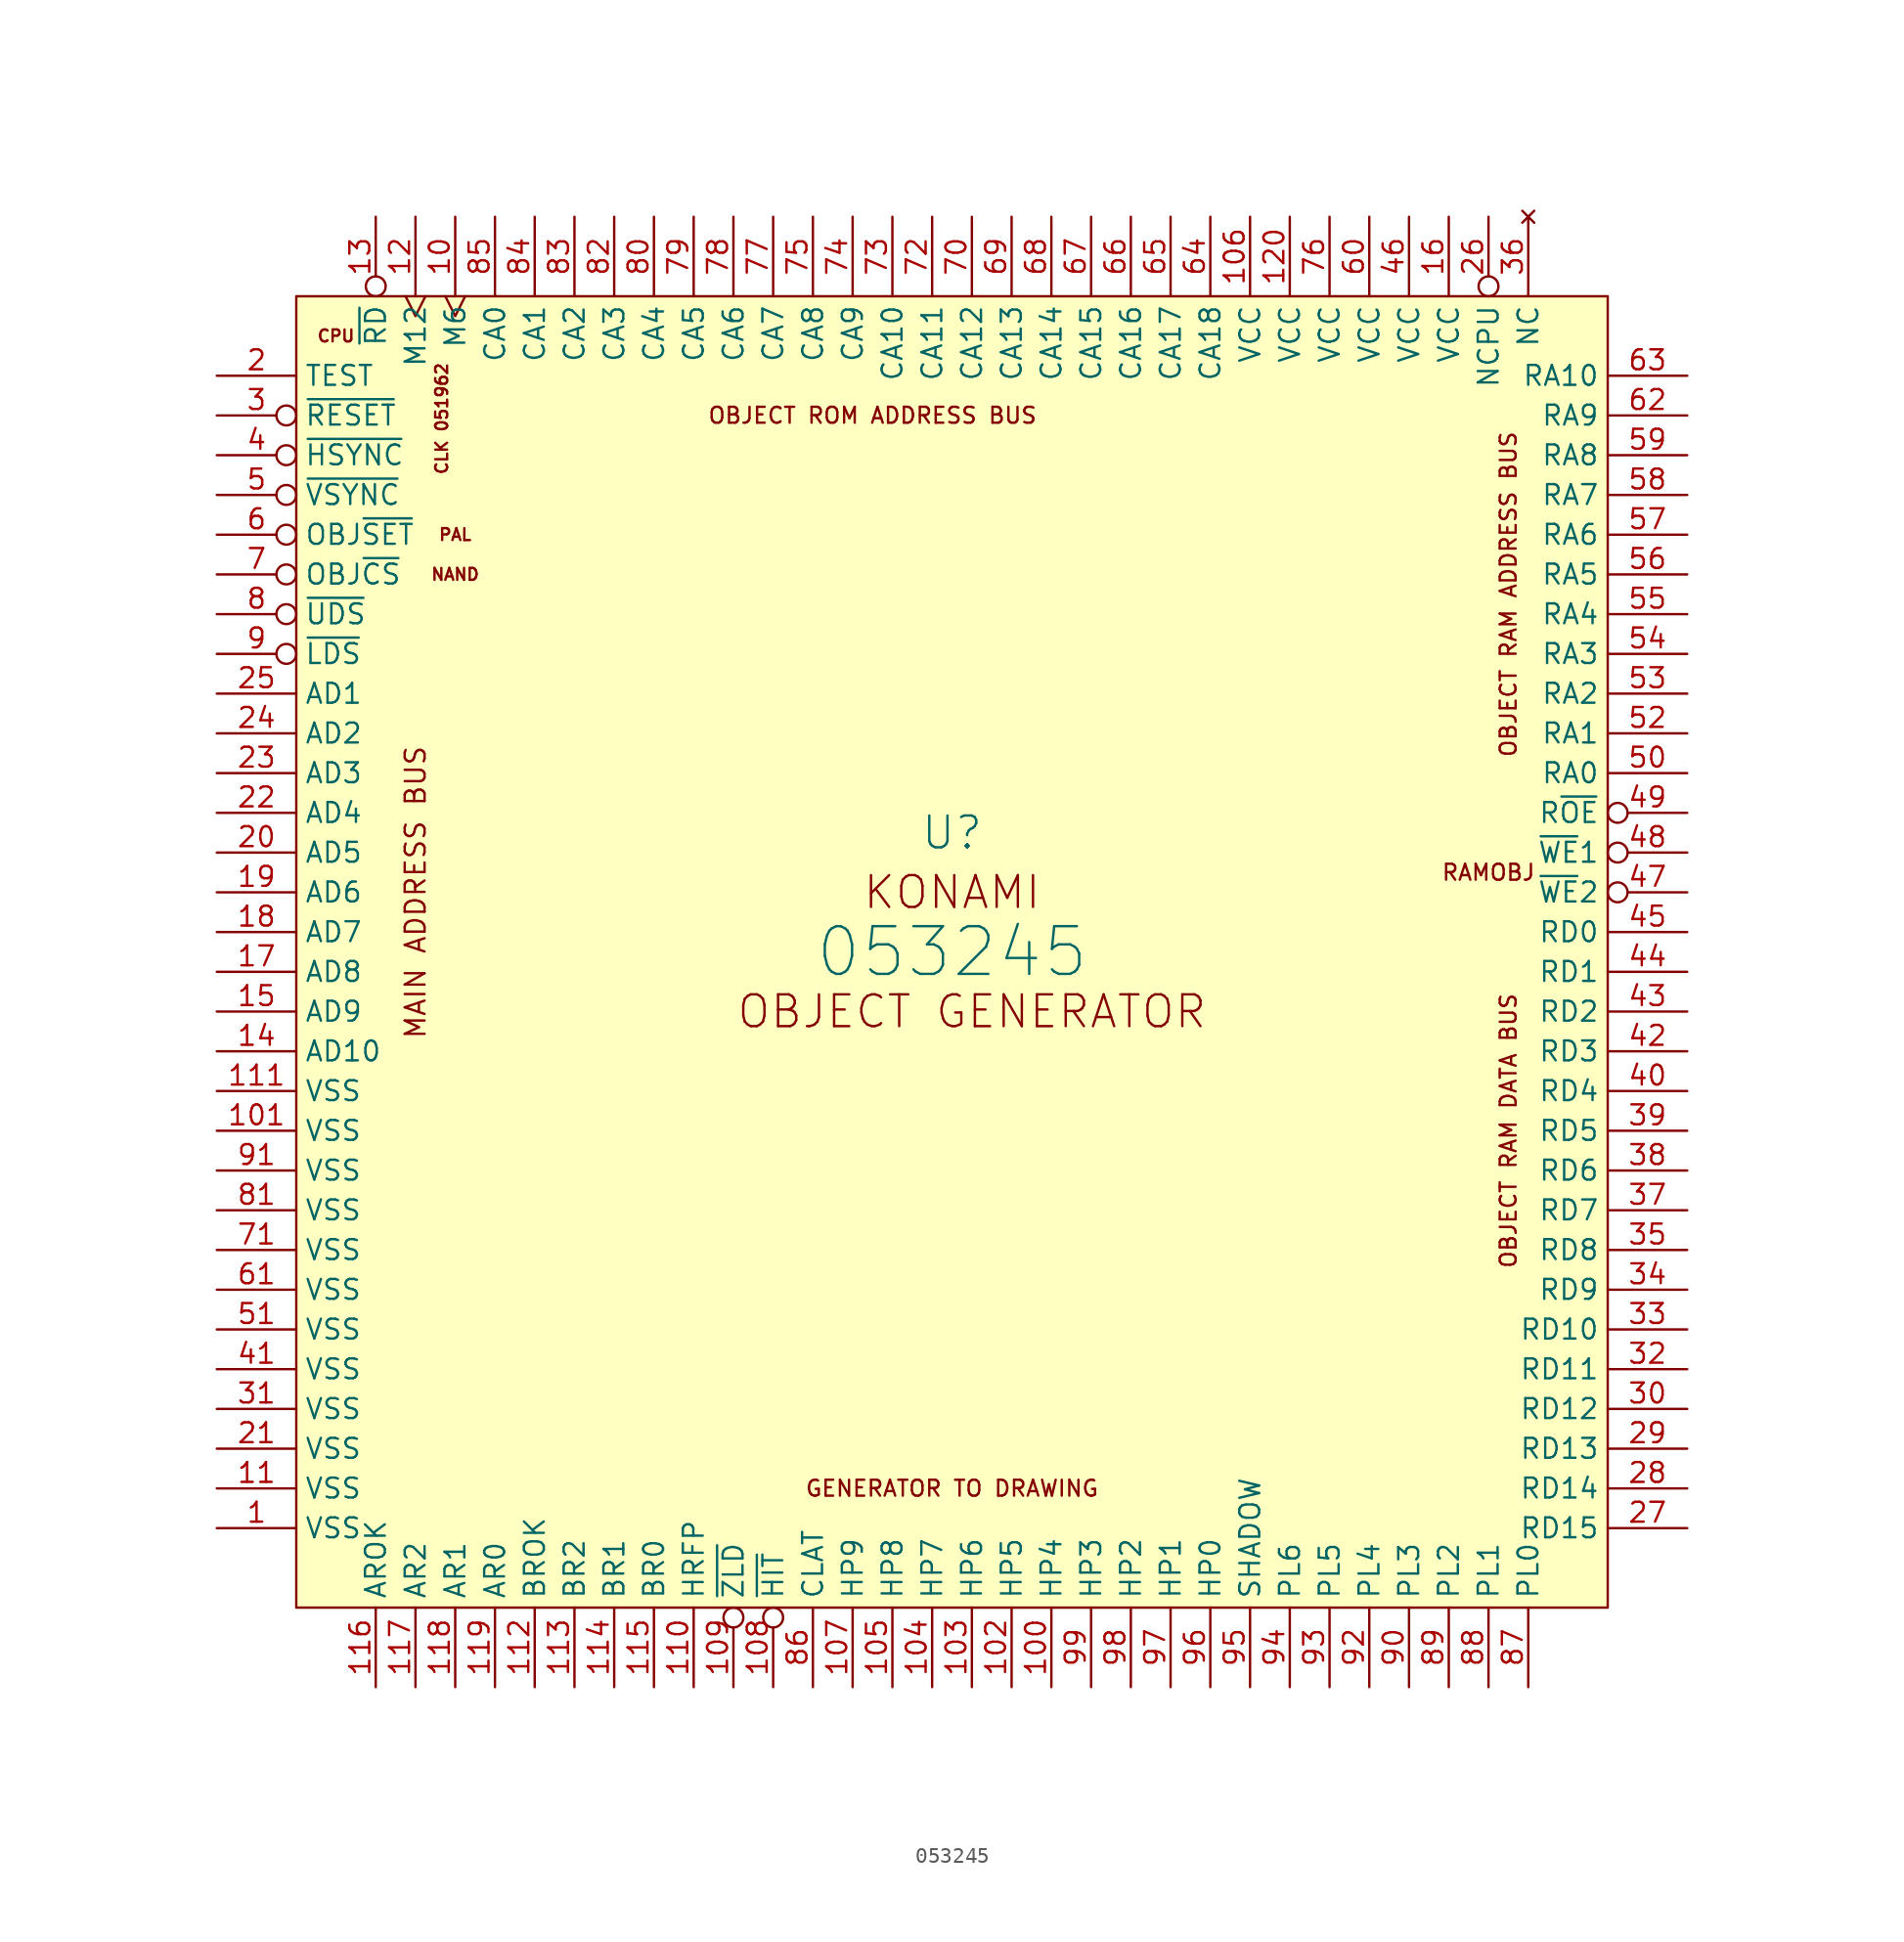
<source format=kicad_sym>
(kicad_symbol_lib
  (version 20231120)
  (generator "kicad_symbol_editor")
  (generator_version "8.0")
  (symbol "053245"
    (property "Reference" "U"
      (at 0 7.62 0)
      (effects (font (size 2.032 2.032))))
    (property "Value" "053245"
      (at 0 0 0)
      (effects (font (size 3.048 3.048))))
    (symbol "053245_0_0"
      (text "KONAMI" (at 0 3.81 0) (effects (font (size 2.032 2.032))))
      (text "MAIN ADDRESS BUS" (at -34.29 3.81 900) (effects (font (size 1.27 1.27))))
      (text "OBJECT GENERATOR" (at 1.27 -3.81 0) (effects (font (size 2.032 2.032)))))
    (symbol "053245_0_1"
      (rectangle (start -41.91 41.91) (end 41.91 -41.91) (stroke (width 0.152) (type default)) (fill (type background))))
    (symbol "053245_1_0"
      (text "CLK 051962" (at -32.614 34.087 900) (effects (font (size 0.762 0.762))))
      (text "CPU" (at -39.37 39.37 0) (effects (font (size 0.762 0.762))))
      (text "GENERATOR TO DRAWING" (at 0 -34.29 0) (effects (font (size 1.016 1.016))))
      (text "NAND" (at -31.75 24.13 0) (effects (font (size 0.762 0.762))))
      (text "OBJECT RAM ADDRESS BUS" (at 35.56 22.86 900) (effects (font (size 1.016 1.016))))
      (text "OBJECT RAM DATA BUS" (at 35.56 -11.43 900) (effects (font (size 1.016 1.016))))
      (text "OBJECT ROM ADDRESS BUS" (at -5.08 34.29 0) (effects (font (size 1.016 1.016))))
      (text "PAL" (at -31.75 26.67 0) (effects (font (size 0.762 0.762))))
      (text "RAMOBJ" (at 34.29 5.08 0) (effects (font (size 1.016 1.016)))))
    (symbol "053245_1_1"
      (pin power_in line (at -46.99 -36.83 0) (length 5.08) (name "VSS" (effects (font (size 1.27 1.27)))) (number "1" (effects (font (size 1.27 1.27)))))
      (pin input clock (at -31.75 46.99 270) (length 5.08) (name "M6" (effects (font (size 1.27 1.27)))) (number "10" (effects (font (size 1.27 1.27)))))
      (pin output line (at 6.35 -46.99 90) (length 5.08) (name "HP4" (effects (font (size 1.27 1.27)))) (number "100" (effects (font (size 1.27 1.27)))))
      (pin power_in line (at -46.99 -11.43 0) (length 5.08) (name "VSS" (effects (font (size 1.27 1.27)))) (number "101" (effects (font (size 1.27 1.27)))))
      (pin output line (at 3.81 -46.99 90) (length 5.08) (name "HP5" (effects (font (size 1.27 1.27)))) (number "102" (effects (font (size 1.27 1.27)))))
      (pin output line (at 1.27 -46.99 90) (length 5.08) (name "HP6" (effects (font (size 1.27 1.27)))) (number "103" (effects (font (size 1.27 1.27)))))
      (pin output line (at -1.27 -46.99 90) (length 5.08) (name "HP7" (effects (font (size 1.27 1.27)))) (number "104" (effects (font (size 1.27 1.27)))))
      (pin output line (at -3.81 -46.99 90) (length 5.08) (name "HP8" (effects (font (size 1.27 1.27)))) (number "105" (effects (font (size 1.27 1.27)))))
      (pin power_in line (at 19.05 46.99 270) (length 5.08) (name "VCC" (effects (font (size 1.27 1.27)))) (number "106" (effects (font (size 1.27 1.27)))))
      (pin output line (at -6.35 -46.99 90) (length 5.08) (name "HP9" (effects (font (size 1.27 1.27)))) (number "107" (effects (font (size 1.27 1.27)))))
      (pin output inverted (at -11.43 -46.99 90) (length 5.08) (name "~{HIT}" (effects (font (size 1.27 1.27)))) (number "108" (effects (font (size 1.27 1.27)))))
      (pin output inverted (at -13.97 -46.99 90) (length 5.08) (name "~{ZLD}" (effects (font (size 1.27 1.27)))) (number "109" (effects (font (size 1.27 1.27)))))
      (pin power_in line (at -46.99 -34.29 0) (length 5.08) (name "VSS" (effects (font (size 1.27 1.27)))) (number "11" (effects (font (size 1.27 1.27)))))
      (pin output line (at -16.51 -46.99 90) (length 5.08) (name "HRFP" (effects (font (size 1.27 1.27)))) (number "110" (effects (font (size 1.27 1.27)))))
      (pin power_in line (at -46.99 -8.89 0) (length 5.08) (name "VSS" (effects (font (size 1.27 1.27)))) (number "111" (effects (font (size 1.27 1.27)))))
      (pin output line (at -26.67 -46.99 90) (length 5.08) (name "BROK" (effects (font (size 1.27 1.27)))) (number "112" (effects (font (size 1.27 1.27)))))
      (pin output line (at -24.13 -46.99 90) (length 5.08) (name "BR2" (effects (font (size 1.27 1.27)))) (number "113" (effects (font (size 1.27 1.27)))))
      (pin output line (at -21.59 -46.99 90) (length 5.08) (name "BR1" (effects (font (size 1.27 1.27)))) (number "114" (effects (font (size 1.27 1.27)))))
      (pin output line (at -19.05 -46.99 90) (length 5.08) (name "BR0" (effects (font (size 1.27 1.27)))) (number "115" (effects (font (size 1.27 1.27)))))
      (pin output line (at -36.83 -46.99 90) (length 5.08) (name "AROK" (effects (font (size 1.27 1.27)))) (number "116" (effects (font (size 1.27 1.27)))))
      (pin output line (at -34.29 -46.99 90) (length 5.08) (name "AR2" (effects (font (size 1.27 1.27)))) (number "117" (effects (font (size 1.27 1.27)))))
      (pin output line (at -31.75 -46.99 90) (length 5.08) (name "AR1" (effects (font (size 1.27 1.27)))) (number "118" (effects (font (size 1.27 1.27)))))
      (pin output line (at -29.21 -46.99 90) (length 5.08) (name "AR0" (effects (font (size 1.27 1.27)))) (number "119" (effects (font (size 1.27 1.27)))))
      (pin input clock (at -34.29 46.99 270) (length 5.08) (name "M12" (effects (font (size 1.27 1.27)))) (number "12" (effects (font (size 1.27 1.27)))))
      (pin power_in line (at 21.59 46.99 270) (length 5.08) (name "VCC" (effects (font (size 1.27 1.27)))) (number "120" (effects (font (size 1.27 1.27)))))
      (pin input inverted (at -36.83 46.99 270) (length 5.08) (name "~{RD}" (effects (font (size 1.27 1.27)))) (number "13" (effects (font (size 1.27 1.27)))))
      (pin input line (at -46.99 -6.35 0) (length 5.08) (name "AD10" (effects (font (size 1.27 1.27)))) (number "14" (effects (font (size 1.27 1.27)))))
      (pin input line (at -46.99 -3.81 0) (length 5.08) (name "AD9" (effects (font (size 1.27 1.27)))) (number "15" (effects (font (size 1.27 1.27)))))
      (pin power_in line (at 31.75 46.99 270) (length 5.08) (name "VCC" (effects (font (size 1.27 1.27)))) (number "16" (effects (font (size 1.27 1.27)))))
      (pin input line (at -46.99 -1.27 0) (length 5.08) (name "AD8" (effects (font (size 1.27 1.27)))) (number "17" (effects (font (size 1.27 1.27)))))
      (pin input line (at -46.99 1.27 0) (length 5.08) (name "AD7" (effects (font (size 1.27 1.27)))) (number "18" (effects (font (size 1.27 1.27)))))
      (pin input line (at -46.99 3.81 0) (length 5.08) (name "AD6" (effects (font (size 1.27 1.27)))) (number "19" (effects (font (size 1.27 1.27)))))
      (pin input line (at -46.99 36.83 0) (length 5.08) (name "TEST" (effects (font (size 1.27 1.27)))) (number "2" (effects (font (size 1.27 1.27)))))
      (pin input line (at -46.99 6.35 0) (length 5.08) (name "AD5" (effects (font (size 1.27 1.27)))) (number "20" (effects (font (size 1.27 1.27)))))
      (pin power_in line (at -46.99 -31.75 0) (length 5.08) (name "VSS" (effects (font (size 1.27 1.27)))) (number "21" (effects (font (size 1.27 1.27)))))
      (pin input line (at -46.99 8.89 0) (length 5.08) (name "AD4" (effects (font (size 1.27 1.27)))) (number "22" (effects (font (size 1.27 1.27)))))
      (pin input line (at -46.99 11.43 0) (length 5.08) (name "AD3" (effects (font (size 1.27 1.27)))) (number "23" (effects (font (size 1.27 1.27)))))
      (pin input line (at -46.99 13.97 0) (length 5.08) (name "AD2" (effects (font (size 1.27 1.27)))) (number "24" (effects (font (size 1.27 1.27)))))
      (pin input line (at -46.99 16.51 0) (length 5.08) (name "AD1" (effects (font (size 1.27 1.27)))) (number "25" (effects (font (size 1.27 1.27)))))
      (pin output inverted (at 34.29 46.99 270) (length 5.08) (name "NCPU" (effects (font (size 1.27 1.27)))) (number "26" (effects (font (size 1.27 1.27)))))
      (pin output line (at 46.99 -36.83 180) (length 5.08) (name "RD15" (effects (font (size 1.27 1.27)))) (number "27" (effects (font (size 1.27 1.27)))))
      (pin output line (at 46.99 -34.29 180) (length 5.08) (name "RD14" (effects (font (size 1.27 1.27)))) (number "28" (effects (font (size 1.27 1.27)))))
      (pin output line (at 46.99 -31.75 180) (length 5.08) (name "RD13" (effects (font (size 1.27 1.27)))) (number "29" (effects (font (size 1.27 1.27)))))
      (pin input inverted (at -46.99 34.29 0) (length 5.08) (name "~{RESET}" (effects (font (size 1.27 1.27)))) (number "3" (effects (font (size 1.27 1.27)))))
      (pin output line (at 46.99 -29.21 180) (length 5.08) (name "RD12" (effects (font (size 1.27 1.27)))) (number "30" (effects (font (size 1.27 1.27)))))
      (pin power_in line (at -46.99 -29.21 0) (length 5.08) (name "VSS" (effects (font (size 1.27 1.27)))) (number "31" (effects (font (size 1.27 1.27)))))
      (pin output line (at 46.99 -26.67 180) (length 5.08) (name "RD11" (effects (font (size 1.27 1.27)))) (number "32" (effects (font (size 1.27 1.27)))))
      (pin output line (at 46.99 -24.13 180) (length 5.08) (name "RD10" (effects (font (size 1.27 1.27)))) (number "33" (effects (font (size 1.27 1.27)))))
      (pin output line (at 46.99 -21.59 180) (length 5.08) (name "RD9" (effects (font (size 1.27 1.27)))) (number "34" (effects (font (size 1.27 1.27)))))
      (pin output line (at 46.99 -19.05 180) (length 5.08) (name "RD8" (effects (font (size 1.27 1.27)))) (number "35" (effects (font (size 1.27 1.27)))))
      (pin no_connect line (at 36.83 46.99 270) (length 5.08) (name "NC" (effects (font (size 1.27 1.27)))) (number "36" (effects (font (size 1.27 1.27)))))
      (pin output line (at 46.99 -16.51 180) (length 5.08) (name "RD7" (effects (font (size 1.27 1.27)))) (number "37" (effects (font (size 1.27 1.27)))))
      (pin output line (at 46.99 -13.97 180) (length 5.08) (name "RD6" (effects (font (size 1.27 1.27)))) (number "38" (effects (font (size 1.27 1.27)))))
      (pin output line (at 46.99 -11.43 180) (length 5.08) (name "RD5" (effects (font (size 1.27 1.27)))) (number "39" (effects (font (size 1.27 1.27)))))
      (pin input inverted (at -46.99 31.75 0) (length 5.08) (name "~{HSYNC}" (effects (font (size 1.27 1.27)))) (number "4" (effects (font (size 1.27 1.27)))))
      (pin output line (at 46.99 -8.89 180) (length 5.08) (name "RD4" (effects (font (size 1.27 1.27)))) (number "40" (effects (font (size 1.27 1.27)))))
      (pin power_in line (at -46.99 -26.67 0) (length 5.08) (name "VSS" (effects (font (size 1.27 1.27)))) (number "41" (effects (font (size 1.27 1.27)))))
      (pin output line (at 46.99 -6.35 180) (length 5.08) (name "RD3" (effects (font (size 1.27 1.27)))) (number "42" (effects (font (size 1.27 1.27)))))
      (pin output line (at 46.99 -3.81 180) (length 5.08) (name "RD2" (effects (font (size 1.27 1.27)))) (number "43" (effects (font (size 1.27 1.27)))))
      (pin output line (at 46.99 -1.27 180) (length 5.08) (name "RD1" (effects (font (size 1.27 1.27)))) (number "44" (effects (font (size 1.27 1.27)))))
      (pin output line (at 46.99 1.27 180) (length 5.08) (name "RD0" (effects (font (size 1.27 1.27)))) (number "45" (effects (font (size 1.27 1.27)))))
      (pin power_in line (at 29.21 46.99 270) (length 5.08) (name "VCC" (effects (font (size 1.27 1.27)))) (number "46" (effects (font (size 1.27 1.27)))))
      (pin output inverted (at 46.99 3.81 180) (length 5.08) (name "~{WE}2" (effects (font (size 1.27 1.27)))) (number "47" (effects (font (size 1.27 1.27)))))
      (pin output inverted (at 46.99 6.35 180) (length 5.08) (name "~{WE}1" (effects (font (size 1.27 1.27)))) (number "48" (effects (font (size 1.27 1.27)))))
      (pin output inverted (at 46.99 8.89 180) (length 5.08) (name "R~{OE}" (effects (font (size 1.27 1.27)))) (number "49" (effects (font (size 1.27 1.27)))))
      (pin input inverted (at -46.99 29.21 0) (length 5.08) (name "~{VSYNC}" (effects (font (size 1.27 1.27)))) (number "5" (effects (font (size 1.27 1.27)))))
      (pin output line (at 46.99 11.43 180) (length 5.08) (name "RA0" (effects (font (size 1.27 1.27)))) (number "50" (effects (font (size 1.27 1.27)))))
      (pin power_in line (at -46.99 -24.13 0) (length 5.08) (name "VSS" (effects (font (size 1.27 1.27)))) (number "51" (effects (font (size 1.27 1.27)))))
      (pin output line (at 46.99 13.97 180) (length 5.08) (name "RA1" (effects (font (size 1.27 1.27)))) (number "52" (effects (font (size 1.27 1.27)))))
      (pin output line (at 46.99 16.51 180) (length 5.08) (name "RA2" (effects (font (size 1.27 1.27)))) (number "53" (effects (font (size 1.27 1.27)))))
      (pin output line (at 46.99 19.05 180) (length 5.08) (name "RA3" (effects (font (size 1.27 1.27)))) (number "54" (effects (font (size 1.27 1.27)))))
      (pin output line (at 46.99 21.59 180) (length 5.08) (name "RA4" (effects (font (size 1.27 1.27)))) (number "55" (effects (font (size 1.27 1.27)))))
      (pin output line (at 46.99 24.13 180) (length 5.08) (name "RA5" (effects (font (size 1.27 1.27)))) (number "56" (effects (font (size 1.27 1.27)))))
      (pin output line (at 46.99 26.67 180) (length 5.08) (name "RA6" (effects (font (size 1.27 1.27)))) (number "57" (effects (font (size 1.27 1.27)))))
      (pin output line (at 46.99 29.21 180) (length 5.08) (name "RA7" (effects (font (size 1.27 1.27)))) (number "58" (effects (font (size 1.27 1.27)))))
      (pin output line (at 46.99 31.75 180) (length 5.08) (name "RA8" (effects (font (size 1.27 1.27)))) (number "59" (effects (font (size 1.27 1.27)))))
      (pin input inverted (at -46.99 26.67 0) (length 5.08) (name "OBJ~{SET}" (effects (font (size 1.27 1.27)))) (number "6" (effects (font (size 1.27 1.27)))))
      (pin power_in line (at 26.67 46.99 270) (length 5.08) (name "VCC" (effects (font (size 1.27 1.27)))) (number "60" (effects (font (size 1.27 1.27)))))
      (pin power_in line (at -46.99 -21.59 0) (length 5.08) (name "VSS" (effects (font (size 1.27 1.27)))) (number "61" (effects (font (size 1.27 1.27)))))
      (pin output line (at 46.99 34.29 180) (length 5.08) (name "RA9" (effects (font (size 1.27 1.27)))) (number "62" (effects (font (size 1.27 1.27)))))
      (pin output line (at 46.99 36.83 180) (length 5.08) (name "RA10" (effects (font (size 1.27 1.27)))) (number "63" (effects (font (size 1.27 1.27)))))
      (pin tri_state line (at 16.51 46.99 270) (length 5.08) (name "CA18" (effects (font (size 1.27 1.27)))) (number "64" (effects (font (size 1.27 1.27)))))
      (pin tri_state line (at 13.97 46.99 270) (length 5.08) (name "CA17" (effects (font (size 1.27 1.27)))) (number "65" (effects (font (size 1.27 1.27)))))
      (pin tri_state line (at 11.43 46.99 270) (length 5.08) (name "CA16" (effects (font (size 1.27 1.27)))) (number "66" (effects (font (size 1.27 1.27)))))
      (pin tri_state line (at 8.89 46.99 270) (length 5.08) (name "CA15" (effects (font (size 1.27 1.27)))) (number "67" (effects (font (size 1.27 1.27)))))
      (pin tri_state line (at 6.35 46.99 270) (length 5.08) (name "CA14" (effects (font (size 1.27 1.27)))) (number "68" (effects (font (size 1.27 1.27)))))
      (pin tri_state line (at 3.81 46.99 270) (length 5.08) (name "CA13" (effects (font (size 1.27 1.27)))) (number "69" (effects (font (size 1.27 1.27)))))
      (pin input inverted (at -46.99 24.13 0) (length 5.08) (name "OBJ~{CS}" (effects (font (size 1.27 1.27)))) (number "7" (effects (font (size 1.27 1.27)))))
      (pin tri_state line (at 1.27 46.99 270) (length 5.08) (name "CA12" (effects (font (size 1.27 1.27)))) (number "70" (effects (font (size 1.27 1.27)))))
      (pin power_in line (at -46.99 -19.05 0) (length 5.08) (name "VSS" (effects (font (size 1.27 1.27)))) (number "71" (effects (font (size 1.27 1.27)))))
      (pin tri_state line (at -1.27 46.99 270) (length 5.08) (name "CA11" (effects (font (size 1.27 1.27)))) (number "72" (effects (font (size 1.27 1.27)))))
      (pin tri_state line (at -3.81 46.99 270) (length 5.08) (name "CA10" (effects (font (size 1.27 1.27)))) (number "73" (effects (font (size 1.27 1.27)))))
      (pin tri_state line (at -6.35 46.99 270) (length 5.08) (name "CA9" (effects (font (size 1.27 1.27)))) (number "74" (effects (font (size 1.27 1.27)))))
      (pin tri_state line (at -8.89 46.99 270) (length 5.08) (name "CA8" (effects (font (size 1.27 1.27)))) (number "75" (effects (font (size 1.27 1.27)))))
      (pin power_in line (at 24.13 46.99 270) (length 5.08) (name "VCC" (effects (font (size 1.27 1.27)))) (number "76" (effects (font (size 1.27 1.27)))))
      (pin tri_state line (at -11.43 46.99 270) (length 5.08) (name "CA7" (effects (font (size 1.27 1.27)))) (number "77" (effects (font (size 1.27 1.27)))))
      (pin tri_state line (at -13.97 46.99 270) (length 5.08) (name "CA6" (effects (font (size 1.27 1.27)))) (number "78" (effects (font (size 1.27 1.27)))))
      (pin tri_state line (at -16.51 46.99 270) (length 5.08) (name "CA5" (effects (font (size 1.27 1.27)))) (number "79" (effects (font (size 1.27 1.27)))))
      (pin input inverted (at -46.99 21.59 0) (length 5.08) (name "~{UDS}" (effects (font (size 1.27 1.27)))) (number "8" (effects (font (size 1.27 1.27)))))
      (pin tri_state line (at -19.05 46.99 270) (length 5.08) (name "CA4" (effects (font (size 1.27 1.27)))) (number "80" (effects (font (size 1.27 1.27)))))
      (pin power_in line (at -46.99 -16.51 0) (length 5.08) (name "VSS" (effects (font (size 1.27 1.27)))) (number "81" (effects (font (size 1.27 1.27)))))
      (pin tri_state line (at -21.59 46.99 270) (length 5.08) (name "CA3" (effects (font (size 1.27 1.27)))) (number "82" (effects (font (size 1.27 1.27)))))
      (pin tri_state line (at -24.13 46.99 270) (length 5.08) (name "CA2" (effects (font (size 1.27 1.27)))) (number "83" (effects (font (size 1.27 1.27)))))
      (pin tri_state line (at -26.67 46.99 270) (length 5.08) (name "CA1" (effects (font (size 1.27 1.27)))) (number "84" (effects (font (size 1.27 1.27)))))
      (pin tri_state line (at -29.21 46.99 270) (length 5.08) (name "CA0" (effects (font (size 1.27 1.27)))) (number "85" (effects (font (size 1.27 1.27)))))
      (pin output line (at -8.89 -46.99 90) (length 5.08) (name "CLAT" (effects (font (size 1.27 1.27)))) (number "86" (effects (font (size 1.27 1.27)))))
      (pin output line (at 36.83 -46.99 90) (length 5.08) (name "PL0" (effects (font (size 1.27 1.27)))) (number "87" (effects (font (size 1.27 1.27)))))
      (pin output line (at 34.29 -46.99 90) (length 5.08) (name "PL1" (effects (font (size 1.27 1.27)))) (number "88" (effects (font (size 1.27 1.27)))))
      (pin output line (at 31.75 -46.99 90) (length 5.08) (name "PL2" (effects (font (size 1.27 1.27)))) (number "89" (effects (font (size 1.27 1.27)))))
      (pin input inverted (at -46.99 19.05 0) (length 5.08) (name "~{LDS}" (effects (font (size 1.27 1.27)))) (number "9" (effects (font (size 1.27 1.27)))))
      (pin output line (at 29.21 -46.99 90) (length 5.08) (name "PL3" (effects (font (size 1.27 1.27)))) (number "90" (effects (font (size 1.27 1.27)))))
      (pin power_in line (at -46.99 -13.97 0) (length 5.08) (name "VSS" (effects (font (size 1.27 1.27)))) (number "91" (effects (font (size 1.27 1.27)))))
      (pin output line (at 26.67 -46.99 90) (length 5.08) (name "PL4" (effects (font (size 1.27 1.27)))) (number "92" (effects (font (size 1.27 1.27)))))
      (pin output line (at 24.13 -46.99 90) (length 5.08) (name "PL5" (effects (font (size 1.27 1.27)))) (number "93" (effects (font (size 1.27 1.27)))))
      (pin output line (at 21.59 -46.99 90) (length 5.08) (name "PL6" (effects (font (size 1.27 1.27)))) (number "94" (effects (font (size 1.27 1.27)))))
      (pin output line (at 19.05 -46.99 90) (length 5.08) (name "SHADOW" (effects (font (size 1.27 1.27)))) (number "95" (effects (font (size 1.27 1.27)))))
      (pin output line (at 16.51 -46.99 90) (length 5.08) (name "HP0" (effects (font (size 1.27 1.27)))) (number "96" (effects (font (size 1.27 1.27)))))
      (pin output line (at 13.97 -46.99 90) (length 5.08) (name "HP1" (effects (font (size 1.27 1.27)))) (number "97" (effects (font (size 1.27 1.27)))))
      (pin output line (at 11.43 -46.99 90) (length 5.08) (name "HP2" (effects (font (size 1.27 1.27)))) (number "98" (effects (font (size 1.27 1.27)))))
      (pin output line (at 8.89 -46.99 90) (length 5.08) (name "HP3" (effects (font (size 1.27 1.27)))) (number "99" (effects (font (size 1.27 1.27))))))))
</source>
